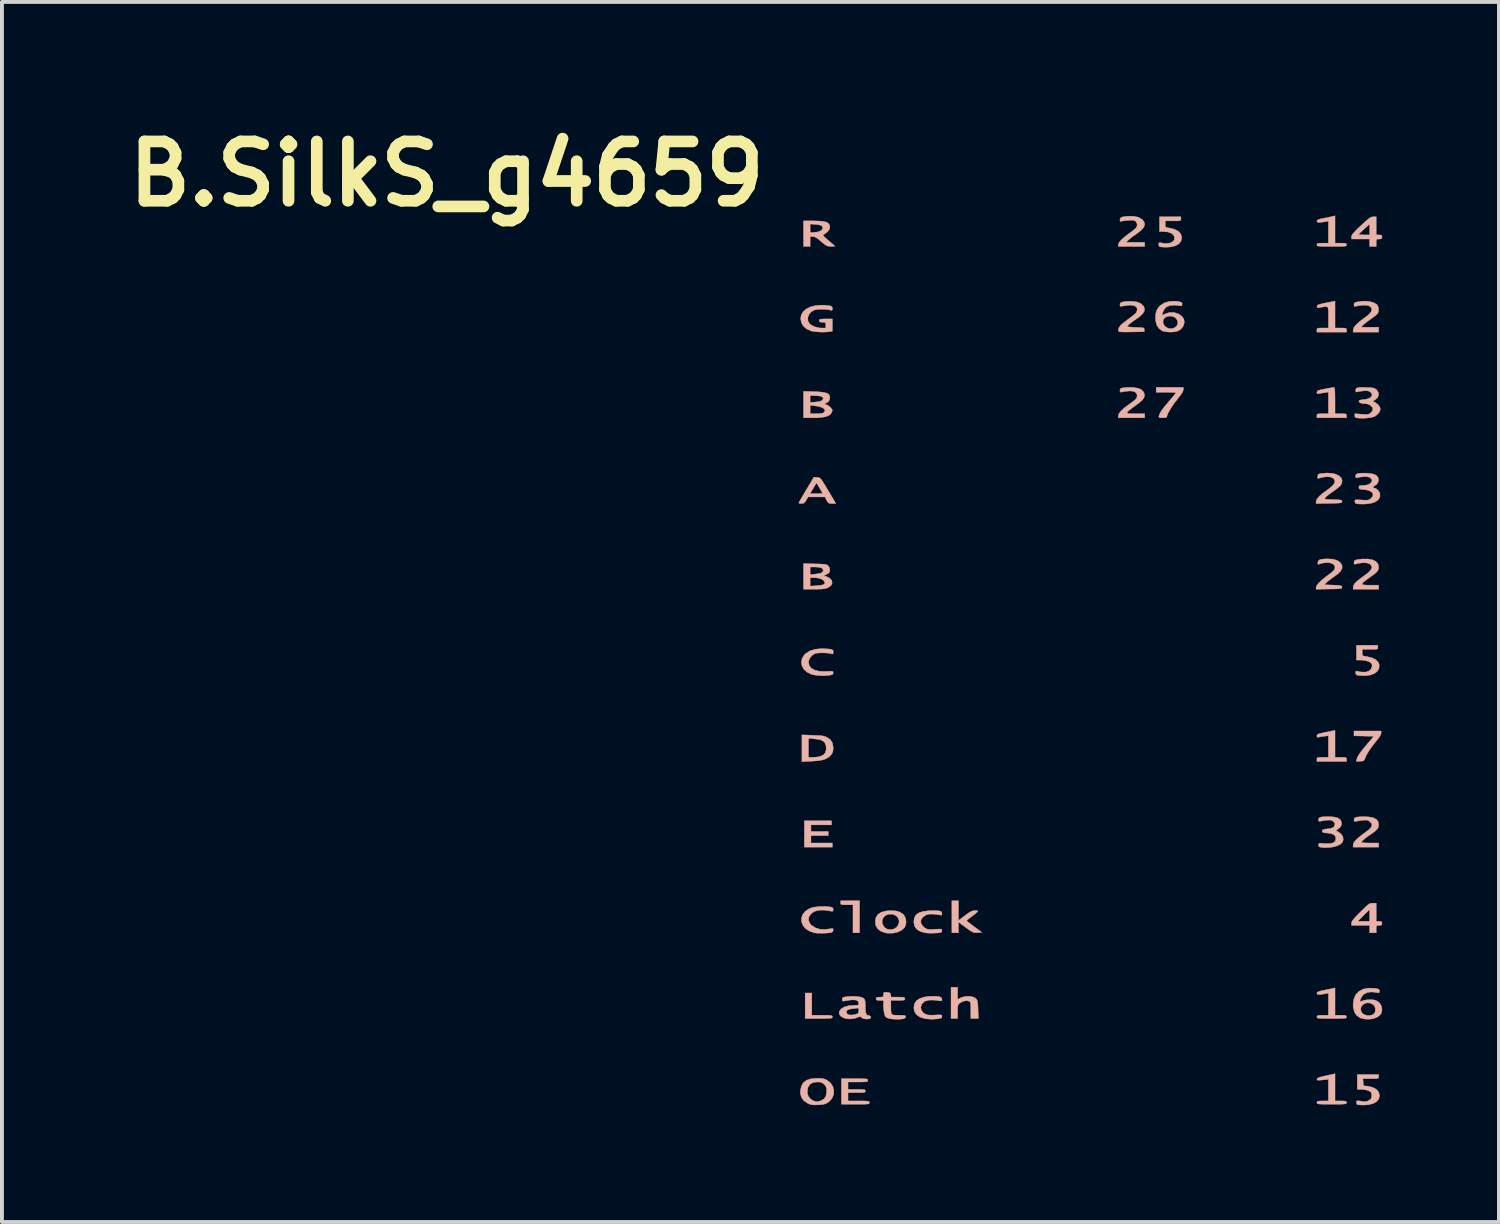
<source format=kicad_pcb>
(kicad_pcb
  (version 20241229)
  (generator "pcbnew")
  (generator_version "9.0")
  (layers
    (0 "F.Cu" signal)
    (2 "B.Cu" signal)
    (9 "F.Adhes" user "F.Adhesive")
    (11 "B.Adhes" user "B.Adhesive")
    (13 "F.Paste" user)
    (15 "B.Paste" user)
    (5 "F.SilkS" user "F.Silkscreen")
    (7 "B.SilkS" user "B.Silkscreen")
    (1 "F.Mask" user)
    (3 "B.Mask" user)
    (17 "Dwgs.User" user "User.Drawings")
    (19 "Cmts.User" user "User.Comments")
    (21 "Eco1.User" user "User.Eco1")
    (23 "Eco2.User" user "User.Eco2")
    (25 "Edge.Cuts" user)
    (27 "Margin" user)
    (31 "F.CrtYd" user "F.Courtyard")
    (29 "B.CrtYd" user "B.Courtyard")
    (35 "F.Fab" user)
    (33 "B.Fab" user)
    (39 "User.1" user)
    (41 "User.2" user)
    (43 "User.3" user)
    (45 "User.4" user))
  (footprint "B.SilkS_g4659"
    (layer "F.Cu")
    (at 8.426 1.418)
    (property "Reference" "B.SilkS_g4659" (at 0 0 0) (layer "F.SilkS") (effects (font (size 1.524 1.524) (thickness 0.3))))
    (attr through_hole)
    (fp_poly (pts (xy 10.604 19.494) (xy 10.435 19.494) (xy 10.435 18.775) (xy 10.276 18.775) (xy 10.196 18.774) (xy 10.148 18.77) (xy 10.126 18.76) (xy 10.118 18.741) (xy 10.118 18.722) (xy 10.118 18.669) (xy 10.604 18.669) (xy 10.604 19.494)) (stroke (width 0.01) (type solid)) (fill yes) (layer "B.SilkS"))
    (fp_poly (pts (xy 9.885 16.722) (xy 9.356 16.722) (xy 9.356 16.891) (xy 9.8 16.891) (xy 9.8 16.997) (xy 9.356 16.997) (xy 9.356 17.187) (xy 9.906 17.187) (xy 9.906 17.293) (xy 9.186 17.293) (xy 9.186 16.616) (xy 9.885 16.616) (xy 9.885 16.722)) (stroke (width 0.01) (type solid)) (fill yes) (layer "B.SilkS"))
    (fp_poly (pts (xy 9.377 21.611) (xy 9.641 21.611) (xy 9.751 21.612) (xy 9.826 21.613) (xy 9.871 21.618) (xy 9.895 21.626) (xy 9.905 21.639) (xy 9.906 21.654) (xy 9.904 21.669) (xy 9.894 21.68) (xy 9.871 21.688) (xy 9.827 21.692) (xy 9.758 21.695) (xy 9.657 21.696) (xy 9.557 21.696) (xy 9.207 21.696) (xy 9.207 21.04) (xy 9.377 21.04) (xy 9.377 21.611)) (stroke (width 0.01) (type solid)) (fill yes) (layer "B.SilkS"))
    (fp_poly (pts (xy 24.003 14.363) (xy 23.987 14.415) (xy 23.938 14.49) (xy 23.883 14.559) (xy 23.775 14.695) (xy 23.686 14.823) (xy 23.621 14.936) (xy 23.592 15.003) (xy 23.572 15.051) (xy 23.547 15.075) (xy 23.502 15.085) (xy 23.464 15.088) (xy 23.363 15.094) (xy 23.377 15.035) (xy 23.395 14.983) (xy 23.428 14.923) (xy 23.479 14.849) (xy 23.552 14.756) (xy 23.65 14.639) (xy 23.652 14.637) (xy 23.815 14.446) (xy 23.56 14.44) (xy 23.305 14.434) (xy 23.305 14.309) (xy 24.003 14.309) (xy 24.003 14.363)) (stroke (width 0.01) (type solid)) (fill yes) (layer "B.SilkS"))
    (fp_poly (pts (xy 22.818 14.986) (xy 22.966 14.986) (xy 23.043 14.987) (xy 23.088 14.991) (xy 23.108 15.003) (xy 23.114 15.025) (xy 23.114 15.039) (xy 23.114 15.092) (xy 22.352 15.092) (xy 22.352 15.039) (xy 22.354 15.011) (xy 22.367 14.995) (xy 22.399 14.988) (xy 22.461 14.986) (xy 22.5 14.986) (xy 22.648 14.986) (xy 22.648 14.431) (xy 22.529 14.446) (xy 22.458 14.456) (xy 22.402 14.466) (xy 22.38 14.472) (xy 22.357 14.465) (xy 22.352 14.439) (xy 22.354 14.418) (xy 22.363 14.402) (xy 22.388 14.388) (xy 22.433 14.374) (xy 22.506 14.357) (xy 22.614 14.335) (xy 22.622 14.333) (xy 22.818 14.293) (xy 22.818 14.986)) (stroke (width 0.01) (type solid)) (fill yes) (layer "B.SilkS"))
    (fp_poly (pts (xy 13.123 21.204) (xy 13.202 21.164) (xy 13.294 21.133) (xy 13.395 21.123) (xy 13.49 21.133) (xy 13.567 21.163) (xy 13.581 21.174) (xy 13.606 21.198) (xy 13.623 21.224) (xy 13.634 21.261) (xy 13.641 21.319) (xy 13.646 21.405) (xy 13.648 21.46) (xy 13.658 21.696) (xy 13.462 21.696) (xy 13.462 21.485) (xy 13.461 21.388) (xy 13.458 21.324) (xy 13.45 21.286) (xy 13.437 21.264) (xy 13.417 21.25) (xy 13.349 21.236) (xy 13.267 21.252) (xy 13.185 21.295) (xy 13.155 21.318) (xy 13.137 21.344) (xy 13.127 21.381) (xy 13.124 21.44) (xy 13.123 21.517) (xy 13.123 21.696) (xy 12.954 21.696) (xy 12.954 20.892) (xy 13.123 20.892) (xy 13.123 21.204)) (stroke (width 0.01) (type solid)) (fill yes) (layer "B.SilkS"))
    (fp_poly (pts (xy 13.145 19.179) (xy 13.313 19.051) (xy 13.395 18.99) (xy 13.455 18.952) (xy 13.502 18.932) (xy 13.547 18.924) (xy 13.57 18.923) (xy 13.624 18.924) (xy 13.644 18.932) (xy 13.635 18.95) (xy 13.624 18.961) (xy 13.589 18.994) (xy 13.532 19.039) (xy 13.473 19.083) (xy 13.415 19.127) (xy 13.373 19.162) (xy 13.357 19.181) (xy 13.372 19.198) (xy 13.416 19.235) (xy 13.48 19.285) (xy 13.552 19.339) (xy 13.748 19.484) (xy 13.636 19.49) (xy 13.585 19.492) (xy 13.545 19.487) (xy 13.504 19.472) (xy 13.454 19.443) (xy 13.384 19.394) (xy 13.334 19.358) (xy 13.145 19.218) (xy 13.145 19.494) (xy 12.975 19.494) (xy 12.975 18.669) (xy 13.145 18.669) (xy 13.145 19.179)) (stroke (width 0.01) (type solid)) (fill yes) (layer "B.SilkS"))
    (fp_poly (pts (xy 22.818 3.958) (xy 22.966 3.958) (xy 23.043 3.959) (xy 23.088 3.963) (xy 23.108 3.975) (xy 23.114 3.997) (xy 23.114 4.011) (xy 23.114 4.064) (xy 22.352 4.064) (xy 22.352 4.011) (xy 22.354 3.983) (xy 22.367 3.968) (xy 22.399 3.96) (xy 22.461 3.958) (xy 22.5 3.958) (xy 22.648 3.958) (xy 22.648 3.683) (xy 22.649 3.567) (xy 22.646 3.487) (xy 22.637 3.438) (xy 22.617 3.414) (xy 22.58 3.408) (xy 22.523 3.415) (xy 22.451 3.427) (xy 22.391 3.436) (xy 22.362 3.433) (xy 22.355 3.417) (xy 22.356 3.4) (xy 22.364 3.38) (xy 22.387 3.363) (xy 22.43 3.347) (xy 22.502 3.329) (xy 22.59 3.311) (xy 22.818 3.266) (xy 22.818 3.958)) (stroke (width 0.01) (type solid)) (fill yes) (layer "B.SilkS"))
    (fp_poly (pts (xy 18.922 5.54) (xy 18.909 5.588) (xy 18.867 5.657) (xy 18.796 5.751) (xy 18.776 5.776) (xy 18.695 5.879) (xy 18.623 5.983) (xy 18.564 6.079) (xy 18.521 6.16) (xy 18.501 6.219) (xy 18.5 6.231) (xy 18.49 6.252) (xy 18.457 6.263) (xy 18.392 6.265) (xy 18.328 6.264) (xy 18.298 6.257) (xy 18.291 6.238) (xy 18.298 6.207) (xy 18.315 6.159) (xy 18.346 6.103) (xy 18.395 6.033) (xy 18.466 5.943) (xy 18.562 5.83) (xy 18.573 5.817) (xy 18.636 5.743) (xy 18.687 5.681) (xy 18.721 5.638) (xy 18.733 5.621) (xy 18.713 5.616) (xy 18.659 5.613) (xy 18.579 5.61) (xy 18.481 5.609) (xy 18.224 5.609) (xy 18.224 5.482) (xy 18.923 5.482) (xy 18.922 5.54)) (stroke (width 0.01) (type solid)) (fill yes) (layer "B.SilkS"))
    (fp_poly (pts (xy 22.799 5.489) (xy 22.807 5.512) (xy 22.813 5.558) (xy 22.816 5.631) (xy 22.817 5.738) (xy 22.818 5.821) (xy 22.818 6.16) (xy 22.966 6.16) (xy 23.043 6.16) (xy 23.088 6.165) (xy 23.108 6.176) (xy 23.114 6.198) (xy 23.114 6.212) (xy 23.114 6.265) (xy 22.352 6.265) (xy 22.352 6.212) (xy 22.354 6.185) (xy 22.367 6.169) (xy 22.399 6.162) (xy 22.461 6.16) (xy 22.5 6.16) (xy 22.648 6.16) (xy 22.648 5.604) (xy 22.548 5.619) (xy 22.477 5.63) (xy 22.416 5.641) (xy 22.4 5.645) (xy 22.363 5.646) (xy 22.352 5.618) (xy 22.352 5.612) (xy 22.37 5.571) (xy 22.4 5.557) (xy 22.479 5.539) (xy 22.568 5.521) (xy 22.655 5.504) (xy 22.728 5.491) (xy 22.777 5.483) (xy 22.787 5.482) (xy 22.799 5.489)) (stroke (width 0.01) (type solid)) (fill yes) (layer "B.SilkS"))
    (fp_poly (pts (xy 9.403 14.419) (xy 9.526 14.424) (xy 9.615 14.431) (xy 9.68 14.441) (xy 9.731 14.456) (xy 9.773 14.475) (xy 9.856 14.535) (xy 9.906 14.615) (xy 9.926 14.721) (xy 9.927 14.75) (xy 9.921 14.828) (xy 9.897 14.887) (xy 9.87 14.924) (xy 9.811 14.982) (xy 9.739 15.024) (xy 9.649 15.054) (xy 9.531 15.074) (xy 9.379 15.085) (xy 9.377 15.086) (xy 9.123 15.098) (xy 9.123 14.986) (xy 9.292 14.986) (xy 9.401 14.986) (xy 9.484 14.981) (xy 9.565 14.968) (xy 9.591 14.962) (xy 9.676 14.924) (xy 9.725 14.869) (xy 9.746 14.789) (xy 9.747 14.753) (xy 9.738 14.668) (xy 9.708 14.609) (xy 9.705 14.605) (xy 9.667 14.569) (xy 9.622 14.545) (xy 9.56 14.528) (xy 9.47 14.515) (xy 9.435 14.511) (xy 9.292 14.496) (xy 9.292 14.986) (xy 9.123 14.986) (xy 9.123 14.409) (xy 9.403 14.419)) (stroke (width 0.01) (type solid)) (fill yes) (layer "B.SilkS"))
    (fp_poly (pts (xy 11.541 18.932) (xy 11.642 18.962) (xy 11.72 19.014) (xy 11.757 19.057) (xy 11.792 19.138) (xy 11.8 19.232) (xy 11.778 19.323) (xy 11.757 19.361) (xy 11.683 19.428) (xy 11.581 19.476) (xy 11.46 19.502) (xy 11.331 19.504) (xy 11.267 19.494) (xy 11.151 19.454) (xy 11.068 19.389) (xy 11.02 19.301) (xy 11.007 19.209) (xy 11.012 19.178) (xy 11.184 19.178) (xy 11.188 19.257) (xy 11.229 19.335) (xy 11.25 19.359) (xy 11.321 19.402) (xy 11.405 19.413) (xy 11.491 19.394) (xy 11.559 19.348) (xy 11.608 19.273) (xy 11.621 19.195) (xy 11.6 19.12) (xy 11.549 19.059) (xy 11.47 19.021) (xy 11.439 19.015) (xy 11.342 19.018) (xy 11.265 19.052) (xy 11.211 19.108) (xy 11.184 19.178) (xy 11.012 19.178) (xy 11.024 19.103) (xy 11.076 19.022) (xy 11.162 18.965) (xy 11.283 18.932) (xy 11.409 18.923) (xy 11.541 18.932)) (stroke (width 0.01) (type solid)) (fill yes) (layer "B.SilkS"))
    (fp_poly (pts (xy 12.62 21.129) (xy 12.681 21.143) (xy 12.713 21.168) (xy 12.721 21.2) (xy 12.718 21.232) (xy 12.702 21.244) (xy 12.66 21.241) (xy 12.631 21.236) (xy 12.503 21.221) (xy 12.39 21.224) (xy 12.3 21.245) (xy 12.26 21.266) (xy 12.199 21.332) (xy 12.177 21.407) (xy 12.19 21.482) (xy 12.24 21.547) (xy 12.293 21.581) (xy 12.345 21.6) (xy 12.406 21.608) (xy 12.49 21.609) (xy 12.545 21.606) (xy 12.631 21.601) (xy 12.683 21.601) (xy 12.71 21.607) (xy 12.72 21.621) (xy 12.721 21.642) (xy 12.715 21.673) (xy 12.689 21.69) (xy 12.634 21.702) (xy 12.623 21.704) (xy 12.456 21.714) (xy 12.299 21.701) (xy 12.277 21.697) (xy 12.153 21.657) (xy 12.065 21.596) (xy 12.013 21.512) (xy 11.998 21.42) (xy 12.014 21.318) (xy 12.067 21.237) (xy 12.156 21.178) (xy 12.28 21.141) (xy 12.395 21.128) (xy 12.526 21.124) (xy 12.62 21.129)) (stroke (width 0.01) (type solid)) (fill yes) (layer "B.SilkS"))
    (fp_poly (pts (xy 23.876 1.566) (xy 23.95 1.566) (xy 24 1.57) (xy 24.021 1.588) (xy 24.024 1.619) (xy 24.019 1.655) (xy 23.994 1.67) (xy 23.95 1.672) (xy 23.905 1.674) (xy 23.883 1.688) (xy 23.876 1.725) (xy 23.876 1.767) (xy 23.876 1.863) (xy 23.707 1.863) (xy 23.707 1.672) (xy 23.241 1.672) (xy 23.241 1.613) (xy 23.247 1.585) (xy 23.266 1.55) (xy 23.267 1.549) (xy 23.422 1.549) (xy 23.431 1.557) (xy 23.474 1.563) (xy 23.541 1.566) (xy 23.554 1.566) (xy 23.707 1.566) (xy 23.707 1.285) (xy 23.574 1.408) (xy 23.512 1.467) (xy 23.46 1.515) (xy 23.427 1.544) (xy 23.422 1.549) (xy 23.267 1.549) (xy 23.304 1.504) (xy 23.364 1.441) (xy 23.451 1.357) (xy 23.483 1.328) (xy 23.577 1.24) (xy 23.646 1.179) (xy 23.698 1.138) (xy 23.737 1.114) (xy 23.77 1.103) (xy 23.8 1.101) (xy 23.876 1.101) (xy 23.876 1.566)) (stroke (width 0.01) (type solid)) (fill yes) (layer "B.SilkS"))
    (fp_poly (pts (xy 9.786 18.821) (xy 9.861 18.83) (xy 9.909 18.847) (xy 9.926 18.879) (xy 9.927 18.897) (xy 9.923 18.932) (xy 9.902 18.942) (xy 9.858 18.935) (xy 9.693 18.911) (xy 9.557 18.913) (xy 9.449 18.942) (xy 9.364 19) (xy 9.352 19.012) (xy 9.301 19.09) (xy 9.292 19.17) (xy 9.326 19.25) (xy 9.362 19.293) (xy 9.459 19.361) (xy 9.581 19.4) (xy 9.72 19.409) (xy 9.848 19.39) (xy 9.899 19.381) (xy 9.922 19.387) (xy 9.927 19.413) (xy 9.927 19.42) (xy 9.915 19.463) (xy 9.895 19.481) (xy 9.845 19.492) (xy 9.766 19.5) (xy 9.672 19.504) (xy 9.577 19.505) (xy 9.495 19.501) (xy 9.447 19.495) (xy 9.319 19.452) (xy 9.221 19.388) (xy 9.153 19.308) (xy 9.116 19.219) (xy 9.11 19.126) (xy 9.137 19.035) (xy 9.197 18.953) (xy 9.291 18.885) (xy 9.368 18.852) (xy 9.45 18.833) (xy 9.558 18.821) (xy 9.675 18.817) (xy 9.786 18.821)) (stroke (width 0.01) (type solid)) (fill yes) (layer "B.SilkS"))
    (fp_poly (pts (xy 18.86 1.154) (xy 18.858 1.178) (xy 18.849 1.194) (xy 18.823 1.202) (xy 18.774 1.206) (xy 18.692 1.206) (xy 18.658 1.206) (xy 18.457 1.206) (xy 18.457 1.29) (xy 18.459 1.34) (xy 18.472 1.367) (xy 18.507 1.38) (xy 18.558 1.388) (xy 18.69 1.42) (xy 18.79 1.471) (xy 18.854 1.539) (xy 18.88 1.623) (xy 18.881 1.639) (xy 18.861 1.726) (xy 18.806 1.796) (xy 18.718 1.846) (xy 18.6 1.875) (xy 18.489 1.882) (xy 18.411 1.88) (xy 18.349 1.875) (xy 18.315 1.87) (xy 18.314 1.87) (xy 18.294 1.843) (xy 18.288 1.807) (xy 18.295 1.769) (xy 18.321 1.764) (xy 18.325 1.765) (xy 18.439 1.787) (xy 18.541 1.784) (xy 18.622 1.759) (xy 18.676 1.712) (xy 18.688 1.689) (xy 18.694 1.621) (xy 18.664 1.562) (xy 18.601 1.517) (xy 18.511 1.489) (xy 18.42 1.482) (xy 18.309 1.482) (xy 18.309 1.101) (xy 18.86 1.101) (xy 18.86 1.154)) (stroke (width 0.01) (type solid)) (fill yes) (layer "B.SilkS"))
    (fp_poly (pts (xy 22.818 23.812) (xy 22.966 23.812) (xy 23.044 23.814) (xy 23.088 23.819) (xy 23.109 23.831) (xy 23.114 23.851) (xy 23.114 23.855) (xy 23.112 23.87) (xy 23.103 23.881) (xy 23.081 23.888) (xy 23.039 23.893) (xy 22.973 23.896) (xy 22.877 23.897) (xy 22.744 23.897) (xy 22.733 23.897) (xy 22.598 23.897) (xy 22.499 23.896) (xy 22.431 23.893) (xy 22.388 23.889) (xy 22.364 23.882) (xy 22.354 23.871) (xy 22.352 23.856) (xy 22.352 23.855) (xy 22.356 23.833) (xy 22.374 23.82) (xy 22.415 23.814) (xy 22.488 23.813) (xy 22.5 23.812) (xy 22.648 23.812) (xy 22.648 23.258) (xy 22.498 23.273) (xy 22.42 23.28) (xy 22.376 23.28) (xy 22.357 23.272) (xy 22.354 23.255) (xy 22.355 23.25) (xy 22.37 23.229) (xy 22.408 23.209) (xy 22.478 23.189) (xy 22.543 23.174) (xy 22.631 23.155) (xy 22.708 23.139) (xy 22.76 23.127) (xy 22.77 23.125) (xy 22.818 23.113) (xy 22.818 23.812)) (stroke (width 0.01) (type solid)) (fill yes) (layer "B.SilkS"))
    (fp_poly (pts (xy 23.725 3.282) (xy 23.817 3.309) (xy 23.885 3.347) (xy 23.907 3.371) (xy 23.935 3.442) (xy 23.935 3.525) (xy 23.918 3.578) (xy 23.891 3.608) (xy 23.838 3.653) (xy 23.769 3.705) (xy 23.743 3.723) (xy 23.666 3.777) (xy 23.597 3.831) (xy 23.547 3.873) (xy 23.539 3.882) (xy 23.488 3.937) (xy 23.939 3.937) (xy 23.939 4.064) (xy 23.283 4.064) (xy 23.283 4.005) (xy 23.303 3.946) (xy 23.36 3.874) (xy 23.453 3.789) (xy 23.58 3.694) (xy 23.593 3.685) (xy 23.688 3.609) (xy 23.745 3.54) (xy 23.764 3.478) (xy 23.745 3.427) (xy 23.685 3.387) (xy 23.684 3.386) (xy 23.619 3.373) (xy 23.529 3.371) (xy 23.43 3.382) (xy 23.352 3.399) (xy 23.317 3.403) (xy 23.305 3.378) (xy 23.305 3.36) (xy 23.308 3.33) (xy 23.323 3.31) (xy 23.358 3.295) (xy 23.419 3.283) (xy 23.515 3.27) (xy 23.519 3.27) (xy 23.622 3.267) (xy 23.725 3.282)) (stroke (width 0.01) (type solid)) (fill yes) (layer "B.SilkS"))
    (fp_poly (pts (xy 23.784 9.913) (xy 23.87 9.956) (xy 23.922 10.019) (xy 23.939 10.095) (xy 23.936 10.14) (xy 23.925 10.177) (xy 23.9 10.214) (xy 23.855 10.255) (xy 23.785 10.309) (xy 23.704 10.367) (xy 23.605 10.439) (xy 23.541 10.491) (xy 23.513 10.526) (xy 23.521 10.547) (xy 23.565 10.558) (xy 23.646 10.562) (xy 23.718 10.562) (xy 23.939 10.562) (xy 23.939 10.668) (xy 23.283 10.668) (xy 23.283 10.616) (xy 23.294 10.568) (xy 23.329 10.516) (xy 23.391 10.455) (xy 23.486 10.381) (xy 23.535 10.345) (xy 23.64 10.267) (xy 23.711 10.203) (xy 23.751 10.151) (xy 23.763 10.105) (xy 23.754 10.067) (xy 23.71 10.019) (xy 23.634 9.992) (xy 23.534 9.987) (xy 23.415 10.004) (xy 23.342 10.024) (xy 23.313 10.023) (xy 23.305 9.99) (xy 23.305 9.984) (xy 23.31 9.949) (xy 23.331 9.925) (xy 23.376 9.909) (xy 23.45 9.898) (xy 23.529 9.891) (xy 23.67 9.891) (xy 23.784 9.913)) (stroke (width 0.01) (type solid)) (fill yes) (layer "B.SilkS"))
    (fp_poly (pts (xy 23.876 19.198) (xy 23.95 19.198) (xy 24 19.202) (xy 24.021 19.22) (xy 24.024 19.251) (xy 24.019 19.287) (xy 23.994 19.302) (xy 23.95 19.304) (xy 23.905 19.306) (xy 23.883 19.32) (xy 23.876 19.357) (xy 23.876 19.399) (xy 23.876 19.494) (xy 23.707 19.494) (xy 23.707 19.304) (xy 23.241 19.304) (xy 23.241 19.245) (xy 23.247 19.215) (xy 23.257 19.198) (xy 23.401 19.198) (xy 23.707 19.198) (xy 23.707 19.05) (xy 23.706 18.977) (xy 23.704 18.924) (xy 23.701 18.902) (xy 23.701 18.902) (xy 23.684 18.916) (xy 23.645 18.954) (xy 23.589 19.009) (xy 23.548 19.05) (xy 23.401 19.198) (xy 23.257 19.198) (xy 23.269 19.177) (xy 23.31 19.126) (xy 23.374 19.056) (xy 23.466 18.963) (xy 23.469 18.96) (xy 23.557 18.873) (xy 23.621 18.811) (xy 23.669 18.771) (xy 23.705 18.747) (xy 23.737 18.736) (xy 23.771 18.733) (xy 23.786 18.733) (xy 23.876 18.733) (xy 23.876 19.198)) (stroke (width 0.01) (type solid)) (fill yes) (layer "B.SilkS"))
    (fp_poly (pts (xy 17.654 1.087) (xy 17.775 1.115) (xy 17.866 1.172) (xy 17.872 1.178) (xy 17.919 1.242) (xy 17.929 1.307) (xy 17.902 1.375) (xy 17.836 1.449) (xy 17.73 1.531) (xy 17.701 1.551) (xy 17.625 1.604) (xy 17.557 1.656) (xy 17.511 1.697) (xy 17.506 1.701) (xy 17.455 1.757) (xy 17.928 1.757) (xy 17.928 1.863) (xy 17.251 1.863) (xy 17.251 1.814) (xy 17.269 1.764) (xy 17.323 1.699) (xy 17.413 1.617) (xy 17.542 1.519) (xy 17.561 1.505) (xy 17.631 1.453) (xy 17.687 1.405) (xy 17.72 1.371) (xy 17.725 1.363) (xy 17.736 1.29) (xy 17.708 1.229) (xy 17.696 1.217) (xy 17.665 1.197) (xy 17.623 1.188) (xy 17.558 1.188) (xy 17.511 1.191) (xy 17.432 1.199) (xy 17.366 1.208) (xy 17.33 1.217) (xy 17.303 1.22) (xy 17.293 1.191) (xy 17.293 1.179) (xy 17.299 1.144) (xy 17.321 1.12) (xy 17.366 1.103) (xy 17.442 1.092) (xy 17.505 1.086) (xy 17.654 1.087)) (stroke (width 0.01) (type solid)) (fill yes) (layer "B.SilkS"))
    (fp_poly (pts (xy 22.818 1.778) (xy 22.966 1.778) (xy 23.044 1.779) (xy 23.088 1.784) (xy 23.109 1.796) (xy 23.114 1.817) (xy 23.114 1.82) (xy 23.112 1.835) (xy 23.103 1.846) (xy 23.081 1.854) (xy 23.039 1.859) (xy 22.973 1.861) (xy 22.877 1.862) (xy 22.744 1.863) (xy 22.733 1.863) (xy 22.598 1.862) (xy 22.499 1.861) (xy 22.431 1.859) (xy 22.388 1.854) (xy 22.364 1.847) (xy 22.354 1.836) (xy 22.352 1.822) (xy 22.352 1.82) (xy 22.356 1.798) (xy 22.374 1.785) (xy 22.415 1.78) (xy 22.488 1.778) (xy 22.5 1.778) (xy 22.648 1.778) (xy 22.648 1.213) (xy 22.548 1.23) (xy 22.455 1.243) (xy 22.396 1.247) (xy 22.364 1.239) (xy 22.353 1.22) (xy 22.352 1.211) (xy 22.359 1.19) (xy 22.386 1.174) (xy 22.44 1.157) (xy 22.527 1.138) (xy 22.537 1.136) (xy 22.627 1.119) (xy 22.705 1.102) (xy 22.759 1.09) (xy 22.77 1.087) (xy 22.818 1.075) (xy 22.818 1.778)) (stroke (width 0.01) (type solid)) (fill yes) (layer "B.SilkS"))
    (fp_poly (pts (xy 22.818 21.611) (xy 22.966 21.611) (xy 23.044 21.612) (xy 23.088 21.617) (xy 23.109 21.629) (xy 23.114 21.65) (xy 23.114 21.654) (xy 23.112 21.669) (xy 23.103 21.68) (xy 23.081 21.687) (xy 23.039 21.692) (xy 22.973 21.694) (xy 22.877 21.696) (xy 22.744 21.696) (xy 22.733 21.696) (xy 22.598 21.696) (xy 22.499 21.695) (xy 22.431 21.692) (xy 22.388 21.688) (xy 22.364 21.68) (xy 22.354 21.669) (xy 22.352 21.655) (xy 22.352 21.654) (xy 22.356 21.631) (xy 22.374 21.619) (xy 22.415 21.613) (xy 22.488 21.611) (xy 22.5 21.611) (xy 22.648 21.611) (xy 22.648 21.046) (xy 22.548 21.063) (xy 22.455 21.077) (xy 22.396 21.08) (xy 22.364 21.072) (xy 22.353 21.053) (xy 22.352 21.044) (xy 22.36 21.024) (xy 22.387 21.007) (xy 22.442 20.989) (xy 22.531 20.969) (xy 22.537 20.968) (xy 22.627 20.95) (xy 22.705 20.934) (xy 22.759 20.922) (xy 22.77 20.919) (xy 22.818 20.908) (xy 22.818 21.611)) (stroke (width 0.01) (type solid)) (fill yes) (layer "B.SilkS"))
    (fp_poly (pts (xy 23.918 12.16) (xy 23.917 12.185) (xy 23.907 12.2) (xy 23.882 12.209) (xy 23.833 12.212) (xy 23.751 12.213) (xy 23.717 12.213) (xy 23.516 12.213) (xy 23.516 12.297) (xy 23.518 12.347) (xy 23.531 12.373) (xy 23.566 12.386) (xy 23.617 12.394) (xy 23.759 12.426) (xy 23.862 12.475) (xy 23.927 12.541) (xy 23.952 12.605) (xy 23.949 12.694) (xy 23.91 12.77) (xy 23.838 12.829) (xy 23.738 12.87) (xy 23.612 12.888) (xy 23.568 12.888) (xy 23.488 12.885) (xy 23.422 12.881) (xy 23.384 12.876) (xy 23.353 12.848) (xy 23.347 12.813) (xy 23.355 12.774) (xy 23.376 12.77) (xy 23.414 12.78) (xy 23.474 12.791) (xy 23.499 12.795) (xy 23.603 12.797) (xy 23.686 12.771) (xy 23.743 12.722) (xy 23.769 12.653) (xy 23.767 12.601) (xy 23.739 12.559) (xy 23.678 12.523) (xy 23.595 12.499) (xy 23.498 12.488) (xy 23.49 12.488) (xy 23.368 12.488) (xy 23.368 12.107) (xy 23.918 12.107) (xy 23.918 12.16)) (stroke (width 0.01) (type solid)) (fill yes) (layer "B.SilkS"))
    (fp_poly (pts (xy 10.604 23.241) (xy 10.695 23.242) (xy 10.755 23.246) (xy 10.791 23.251) (xy 10.809 23.26) (xy 10.816 23.273) (xy 10.816 23.283) (xy 10.814 23.301) (xy 10.802 23.313) (xy 10.773 23.32) (xy 10.72 23.324) (xy 10.637 23.326) (xy 10.562 23.326) (xy 10.308 23.326) (xy 10.308 23.516) (xy 10.53 23.516) (xy 10.63 23.517) (xy 10.694 23.519) (xy 10.731 23.525) (xy 10.748 23.536) (xy 10.753 23.553) (xy 10.753 23.558) (xy 10.75 23.577) (xy 10.737 23.59) (xy 10.705 23.597) (xy 10.648 23.6) (xy 10.558 23.601) (xy 10.53 23.601) (xy 10.308 23.601) (xy 10.308 23.812) (xy 10.583 23.812) (xy 10.696 23.813) (xy 10.772 23.815) (xy 10.82 23.819) (xy 10.846 23.827) (xy 10.857 23.839) (xy 10.858 23.855) (xy 10.857 23.87) (xy 10.847 23.881) (xy 10.824 23.889) (xy 10.781 23.894) (xy 10.713 23.896) (xy 10.613 23.897) (xy 10.499 23.897) (xy 10.139 23.897) (xy 10.139 23.241) (xy 10.477 23.241) (xy 10.604 23.241)) (stroke (width 0.01) (type solid)) (fill yes) (layer "B.SilkS"))
    (fp_poly (pts (xy 9.812 12.203) (xy 9.829 12.205) (xy 9.889 12.216) (xy 9.918 12.231) (xy 9.927 12.26) (xy 9.927 12.282) (xy 9.923 12.325) (xy 9.905 12.334) (xy 9.89 12.329) (xy 9.833 12.315) (xy 9.751 12.306) (xy 9.657 12.302) (xy 9.566 12.304) (xy 9.493 12.311) (xy 9.461 12.319) (xy 9.384 12.368) (xy 9.325 12.438) (xy 9.294 12.515) (xy 9.292 12.54) (xy 9.311 12.628) (xy 9.366 12.698) (xy 9.454 12.747) (xy 9.574 12.775) (xy 9.721 12.781) (xy 9.747 12.779) (xy 9.834 12.774) (xy 9.888 12.774) (xy 9.915 12.78) (xy 9.926 12.794) (xy 9.927 12.816) (xy 9.921 12.846) (xy 9.895 12.864) (xy 9.84 12.876) (xy 9.829 12.877) (xy 9.681 12.889) (xy 9.537 12.884) (xy 9.411 12.865) (xy 9.368 12.853) (xy 9.256 12.799) (xy 9.174 12.725) (xy 9.125 12.637) (xy 9.109 12.541) (xy 9.128 12.445) (xy 9.185 12.354) (xy 9.219 12.321) (xy 9.327 12.253) (xy 9.465 12.21) (xy 9.628 12.193) (xy 9.812 12.203)) (stroke (width 0.01) (type solid)) (fill yes) (layer "B.SilkS"))
    (fp_poly (pts (xy 17.631 5.486) (xy 17.754 5.503) (xy 17.843 5.541) (xy 17.899 5.601) (xy 17.916 5.636) (xy 17.925 5.694) (xy 17.909 5.752) (xy 17.863 5.813) (xy 17.785 5.882) (xy 17.693 5.948) (xy 17.614 6.005) (xy 17.546 6.058) (xy 17.499 6.099) (xy 17.483 6.118) (xy 17.476 6.136) (xy 17.48 6.148) (xy 17.504 6.155) (xy 17.553 6.158) (xy 17.634 6.159) (xy 17.695 6.16) (xy 17.928 6.16) (xy 17.928 6.265) (xy 17.251 6.265) (xy 17.251 6.209) (xy 17.27 6.153) (xy 17.326 6.082) (xy 17.418 6) (xy 17.542 5.909) (xy 17.542 5.909) (xy 17.633 5.843) (xy 17.693 5.791) (xy 17.725 5.746) (xy 17.735 5.702) (xy 17.734 5.68) (xy 17.708 5.621) (xy 17.648 5.585) (xy 17.554 5.574) (xy 17.426 5.586) (xy 17.351 5.601) (xy 17.31 5.606) (xy 17.295 5.587) (xy 17.293 5.56) (xy 17.298 5.526) (xy 17.321 5.506) (xy 17.372 5.494) (xy 17.388 5.492) (xy 17.461 5.485) (xy 17.554 5.483) (xy 17.631 5.486)) (stroke (width 0.01) (type solid)) (fill yes) (layer "B.SilkS"))
    (fp_poly (pts (xy 23.939 23.188) (xy 23.938 23.213) (xy 23.929 23.228) (xy 23.903 23.236) (xy 23.854 23.24) (xy 23.773 23.241) (xy 23.737 23.241) (xy 23.535 23.241) (xy 23.541 23.331) (xy 23.548 23.421) (xy 23.655 23.434) (xy 23.78 23.462) (xy 23.875 23.512) (xy 23.936 23.579) (xy 23.96 23.663) (xy 23.961 23.675) (xy 23.942 23.762) (xy 23.886 23.831) (xy 23.796 23.881) (xy 23.674 23.91) (xy 23.557 23.918) (xy 23.478 23.916) (xy 23.417 23.912) (xy 23.384 23.905) (xy 23.382 23.904) (xy 23.371 23.874) (xy 23.368 23.845) (xy 23.371 23.82) (xy 23.385 23.809) (xy 23.421 23.809) (xy 23.488 23.819) (xy 23.492 23.82) (xy 23.568 23.83) (xy 23.619 23.828) (xy 23.663 23.813) (xy 23.688 23.799) (xy 23.736 23.765) (xy 23.756 23.725) (xy 23.76 23.674) (xy 23.755 23.616) (xy 23.733 23.582) (xy 23.686 23.553) (xy 23.614 23.53) (xy 23.527 23.517) (xy 23.5 23.516) (xy 23.389 23.516) (xy 23.389 23.135) (xy 23.939 23.135) (xy 23.939 23.188)) (stroke (width 0.01) (type solid)) (fill yes) (layer "B.SilkS"))
    (fp_poly (pts (xy 12.618 18.926) (xy 12.675 18.935) (xy 12.707 18.954) (xy 12.72 18.982) (xy 12.721 19) (xy 12.715 19.038) (xy 12.693 19.043) (xy 12.684 19.04) (xy 12.644 19.031) (xy 12.578 19.022) (xy 12.509 19.015) (xy 12.419 19.012) (xy 12.353 19.021) (xy 12.298 19.043) (xy 12.22 19.102) (xy 12.18 19.17) (xy 12.18 19.243) (xy 12.221 19.315) (xy 12.277 19.364) (xy 12.316 19.388) (xy 12.354 19.402) (xy 12.403 19.408) (xy 12.475 19.406) (xy 12.536 19.403) (xy 12.625 19.398) (xy 12.68 19.398) (xy 12.709 19.404) (xy 12.72 19.417) (xy 12.721 19.431) (xy 12.714 19.469) (xy 12.705 19.48) (xy 12.669 19.49) (xy 12.602 19.497) (xy 12.519 19.502) (xy 12.431 19.503) (xy 12.352 19.501) (xy 12.296 19.495) (xy 12.168 19.46) (xy 12.077 19.406) (xy 12.021 19.331) (xy 11.999 19.234) (xy 11.998 19.212) (xy 12.01 19.114) (xy 12.05 19.038) (xy 12.119 18.984) (xy 12.221 18.948) (xy 12.359 18.929) (xy 12.408 18.926) (xy 12.531 18.923) (xy 12.618 18.926)) (stroke (width 0.01) (type solid)) (fill yes) (layer "B.SilkS"))
    (fp_poly (pts (xy 23.684 16.517) (xy 23.776 16.533) (xy 23.813 16.544) (xy 23.887 16.585) (xy 23.926 16.638) (xy 23.939 16.715) (xy 23.939 16.727) (xy 23.931 16.778) (xy 23.904 16.827) (xy 23.851 16.879) (xy 23.768 16.942) (xy 23.717 16.976) (xy 23.635 17.033) (xy 23.566 17.089) (xy 23.517 17.136) (xy 23.495 17.167) (xy 23.495 17.17) (xy 23.515 17.177) (xy 23.568 17.183) (xy 23.646 17.186) (xy 23.717 17.187) (xy 23.939 17.187) (xy 23.939 17.293) (xy 23.283 17.293) (xy 23.283 17.232) (xy 23.296 17.185) (xy 23.335 17.129) (xy 23.405 17.062) (xy 23.507 16.98) (xy 23.606 16.907) (xy 23.697 16.837) (xy 23.75 16.777) (xy 23.767 16.725) (xy 23.75 16.677) (xy 23.716 16.641) (xy 23.673 16.61) (xy 23.629 16.598) (xy 23.565 16.6) (xy 23.549 16.601) (xy 23.47 16.612) (xy 23.397 16.623) (xy 23.373 16.628) (xy 23.326 16.634) (xy 23.308 16.623) (xy 23.305 16.589) (xy 23.314 16.549) (xy 23.348 16.529) (xy 23.371 16.523) (xy 23.466 16.512) (xy 23.575 16.51) (xy 23.684 16.517)) (stroke (width 0.01) (type solid)) (fill yes) (layer "B.SilkS"))
    (fp_poly (pts (xy 9.513 7.794) (xy 9.546 7.797) (xy 9.572 7.806) (xy 9.598 7.824) (xy 9.627 7.858) (xy 9.665 7.914) (xy 9.716 7.997) (xy 9.763 8.075) (xy 9.824 8.176) (xy 9.879 8.269) (xy 9.924 8.345) (xy 9.954 8.396) (xy 9.961 8.408) (xy 9.992 8.467) (xy 9.896 8.467) (xy 9.836 8.464) (xy 9.8 8.448) (xy 9.771 8.408) (xy 9.758 8.382) (xy 9.715 8.297) (xy 9.282 8.298) (xy 9.233 8.382) (xy 9.198 8.436) (xy 9.164 8.46) (xy 9.116 8.467) (xy 9.11 8.467) (xy 9.063 8.462) (xy 9.042 8.452) (xy 9.042 8.449) (xy 9.054 8.426) (xy 9.085 8.372) (xy 9.13 8.295) (xy 9.179 8.213) (xy 9.331 8.213) (xy 9.492 8.213) (xy 9.568 8.212) (xy 9.625 8.209) (xy 9.651 8.205) (xy 9.652 8.204) (xy 9.642 8.182) (xy 9.616 8.135) (xy 9.578 8.071) (xy 9.575 8.065) (xy 9.498 7.936) (xy 9.456 8.006) (xy 9.415 8.075) (xy 9.373 8.143) (xy 9.373 8.144) (xy 9.331 8.213) (xy 9.179 8.213) (xy 9.186 8.2) (xy 9.239 8.11) (xy 9.43 7.789) (xy 9.513 7.794)) (stroke (width 0.01) (type solid)) (fill yes) (layer "B.SilkS"))
    (fp_poly (pts (xy 9.565 1.21) (xy 9.676 1.22) (xy 9.755 1.24) (xy 9.806 1.272) (xy 9.833 1.317) (xy 9.842 1.377) (xy 9.842 1.383) (xy 9.823 1.437) (xy 9.769 1.496) (xy 9.686 1.555) (xy 9.684 1.556) (xy 9.671 1.569) (xy 9.676 1.589) (xy 9.702 1.619) (xy 9.755 1.667) (xy 9.808 1.713) (xy 9.876 1.77) (xy 9.93 1.817) (xy 9.963 1.847) (xy 9.97 1.855) (xy 9.95 1.859) (xy 9.902 1.862) (xy 9.867 1.863) (xy 9.816 1.86) (xy 9.774 1.85) (xy 9.73 1.826) (xy 9.675 1.783) (xy 9.619 1.736) (xy 9.54 1.67) (xy 9.481 1.631) (xy 9.434 1.612) (xy 9.403 1.609) (xy 9.335 1.609) (xy 9.335 1.863) (xy 9.165 1.863) (xy 9.165 1.503) (xy 9.335 1.503) (xy 9.416 1.503) (xy 9.491 1.496) (xy 9.561 1.481) (xy 9.565 1.479) (xy 9.629 1.445) (xy 9.658 1.4) (xy 9.649 1.352) (xy 9.645 1.345) (xy 9.61 1.321) (xy 9.545 1.304) (xy 9.476 1.297) (xy 9.335 1.285) (xy 9.335 1.503) (xy 9.165 1.503) (xy 9.165 1.206) (xy 9.416 1.206) (xy 9.565 1.21)) (stroke (width 0.01) (type solid)) (fill yes) (layer "B.SilkS"))
    (fp_poly (pts (xy 22.731 7.689) (xy 22.84 7.714) (xy 22.924 7.756) (xy 22.98 7.812) (xy 23.001 7.882) (xy 22.986 7.961) (xy 22.949 8.012) (xy 22.874 8.078) (xy 22.772 8.153) (xy 22.692 8.21) (xy 22.625 8.262) (xy 22.579 8.302) (xy 22.563 8.321) (xy 22.556 8.338) (xy 22.563 8.349) (xy 22.591 8.357) (xy 22.645 8.361) (xy 22.732 8.364) (xy 22.77 8.365) (xy 22.87 8.369) (xy 22.936 8.373) (xy 22.974 8.38) (xy 22.992 8.391) (xy 22.997 8.408) (xy 22.998 8.414) (xy 22.995 8.43) (xy 22.985 8.441) (xy 22.96 8.449) (xy 22.914 8.455) (xy 22.842 8.458) (xy 22.736 8.461) (xy 22.664 8.462) (xy 22.331 8.468) (xy 22.331 8.415) (xy 22.349 8.36) (xy 22.402 8.292) (xy 22.484 8.217) (xy 22.579 8.148) (xy 22.694 8.063) (xy 22.771 7.991) (xy 22.81 7.928) (xy 22.812 7.873) (xy 22.779 7.825) (xy 22.778 7.823) (xy 22.707 7.786) (xy 22.609 7.776) (xy 22.492 7.794) (xy 22.484 7.796) (xy 22.373 7.825) (xy 22.373 7.768) (xy 22.379 7.729) (xy 22.404 7.708) (xy 22.453 7.697) (xy 22.6 7.683) (xy 22.731 7.689)) (stroke (width 0.01) (type solid)) (fill yes) (layer "B.SilkS"))
    (fp_poly (pts (xy 22.765 9.896) (xy 22.875 9.928) (xy 22.953 9.982) (xy 22.997 10.055) (xy 22.999 10.064) (xy 22.999 10.13) (xy 22.965 10.198) (xy 22.893 10.271) (xy 22.807 10.335) (xy 22.73 10.39) (xy 22.659 10.444) (xy 22.607 10.488) (xy 22.6 10.494) (xy 22.539 10.552) (xy 22.769 10.562) (xy 22.87 10.567) (xy 22.936 10.573) (xy 22.974 10.581) (xy 22.992 10.593) (xy 22.997 10.61) (xy 22.998 10.615) (xy 22.995 10.631) (xy 22.985 10.643) (xy 22.96 10.651) (xy 22.914 10.656) (xy 22.842 10.659) (xy 22.736 10.662) (xy 22.664 10.663) (xy 22.331 10.669) (xy 22.331 10.62) (xy 22.349 10.571) (xy 22.401 10.506) (xy 22.484 10.428) (xy 22.594 10.339) (xy 22.638 10.307) (xy 22.721 10.244) (xy 22.775 10.197) (xy 22.804 10.159) (xy 22.816 10.121) (xy 22.817 10.105) (xy 22.799 10.05) (xy 22.749 10.01) (xy 22.674 9.988) (xy 22.58 9.985) (xy 22.476 10.002) (xy 22.409 10.024) (xy 22.382 10.028) (xy 22.375 10.005) (xy 22.377 9.978) (xy 22.388 9.94) (xy 22.418 9.914) (xy 22.471 9.898) (xy 22.556 9.89) (xy 22.627 9.887) (xy 22.765 9.896)) (stroke (width 0.01) (type solid)) (fill yes) (layer "B.SilkS"))
    (fp_poly (pts (xy 9.61 23.233) (xy 9.679 23.242) (xy 9.734 23.261) (xy 9.771 23.281) (xy 9.862 23.354) (xy 9.92 23.445) (xy 9.945 23.547) (xy 9.937 23.651) (xy 9.896 23.749) (xy 9.82 23.832) (xy 9.795 23.85) (xy 9.743 23.88) (xy 9.686 23.898) (xy 9.611 23.909) (xy 9.539 23.913) (xy 9.446 23.916) (xy 9.38 23.911) (xy 9.327 23.898) (xy 9.272 23.873) (xy 9.271 23.872) (xy 9.172 23.805) (xy 9.111 23.722) (xy 9.085 23.62) (xy 9.085 23.599) (xy 9.261 23.599) (xy 9.288 23.693) (xy 9.348 23.767) (xy 9.409 23.804) (xy 9.483 23.829) (xy 9.55 23.827) (xy 9.618 23.804) (xy 9.694 23.758) (xy 9.738 23.692) (xy 9.757 23.598) (xy 9.758 23.563) (xy 9.754 23.49) (xy 9.739 23.441) (xy 9.706 23.397) (xy 9.696 23.388) (xy 9.652 23.35) (xy 9.606 23.332) (xy 9.541 23.326) (xy 9.519 23.326) (xy 9.412 23.339) (xy 9.335 23.381) (xy 9.285 23.452) (xy 9.272 23.492) (xy 9.261 23.599) (xy 9.085 23.599) (xy 9.085 23.553) (xy 9.108 23.435) (xy 9.16 23.344) (xy 9.243 23.281) (xy 9.357 23.244) (xy 9.505 23.23) (xy 9.514 23.23) (xy 9.61 23.233)) (stroke (width 0.01) (type solid)) (fill yes) (layer "B.SilkS"))
    (fp_poly (pts (xy 9.712 3.373) (xy 9.803 3.382) (xy 9.86 3.392) (xy 9.891 3.407) (xy 9.904 3.43) (xy 9.906 3.464) (xy 9.9 3.502) (xy 9.878 3.506) (xy 9.869 3.503) (xy 9.81 3.488) (xy 9.724 3.479) (xy 9.628 3.476) (xy 9.538 3.478) (xy 9.468 3.488) (xy 9.455 3.491) (xy 9.369 3.537) (xy 9.309 3.603) (xy 9.277 3.682) (xy 9.277 3.764) (xy 9.306 3.829) (xy 9.366 3.884) (xy 9.455 3.927) (xy 9.559 3.953) (xy 9.626 3.958) (xy 9.737 3.958) (xy 9.737 3.884) (xy 9.734 3.837) (xy 9.718 3.816) (xy 9.677 3.81) (xy 9.652 3.81) (xy 9.597 3.806) (xy 9.572 3.792) (xy 9.567 3.768) (xy 9.571 3.747) (xy 9.587 3.734) (xy 9.625 3.728) (xy 9.692 3.725) (xy 9.737 3.725) (xy 9.906 3.725) (xy 9.906 4.038) (xy 9.84 4.051) (xy 9.758 4.06) (xy 9.654 4.063) (xy 9.544 4.059) (xy 9.442 4.049) (xy 9.366 4.035) (xy 9.363 4.034) (xy 9.244 3.982) (xy 9.161 3.909) (xy 9.111 3.822) (xy 9.09 3.716) (xy 9.107 3.62) (xy 9.158 3.535) (xy 9.241 3.465) (xy 9.35 3.412) (xy 9.483 3.38) (xy 9.636 3.37) (xy 9.712 3.373)) (stroke (width 0.01) (type solid)) (fill yes) (layer "B.SilkS"))
    (fp_poly (pts (xy 17.725 3.287) (xy 17.828 3.328) (xy 17.895 3.391) (xy 17.925 3.456) (xy 17.92 3.52) (xy 17.88 3.587) (xy 17.803 3.661) (xy 17.709 3.729) (xy 17.603 3.803) (xy 17.529 3.862) (xy 17.49 3.903) (xy 17.484 3.919) (xy 17.503 3.926) (xy 17.557 3.933) (xy 17.634 3.939) (xy 17.701 3.942) (xy 17.798 3.945) (xy 17.861 3.949) (xy 17.897 3.956) (xy 17.913 3.968) (xy 17.917 3.987) (xy 17.918 4) (xy 17.918 4.053) (xy 17.599 4.059) (xy 17.487 4.06) (xy 17.39 4.06) (xy 17.316 4.057) (xy 17.273 4.053) (xy 17.265 4.05) (xy 17.25 4.008) (xy 17.266 3.951) (xy 17.309 3.891) (xy 17.32 3.88) (xy 17.369 3.837) (xy 17.441 3.781) (xy 17.52 3.721) (xy 17.542 3.705) (xy 17.614 3.651) (xy 17.673 3.601) (xy 17.71 3.565) (xy 17.717 3.555) (xy 17.738 3.484) (xy 17.723 3.428) (xy 17.673 3.389) (xy 17.592 3.371) (xy 17.509 3.372) (xy 17.434 3.382) (xy 17.369 3.392) (xy 17.341 3.399) (xy 17.306 3.403) (xy 17.294 3.379) (xy 17.293 3.358) (xy 17.3 3.321) (xy 17.328 3.299) (xy 17.373 3.287) (xy 17.437 3.278) (xy 17.523 3.273) (xy 17.59 3.272) (xy 17.725 3.287)) (stroke (width 0.01) (type solid)) (fill yes) (layer "B.SilkS"))
    (fp_poly (pts (xy 9.435 5.592) (xy 9.58 5.599) (xy 9.688 5.612) (xy 9.764 5.631) (xy 9.811 5.659) (xy 9.836 5.697) (xy 9.842 5.744) (xy 9.829 5.808) (xy 9.794 5.859) (xy 9.748 5.884) (xy 9.74 5.884) (xy 9.717 5.898) (xy 9.716 5.905) (xy 9.733 5.925) (xy 9.746 5.927) (xy 9.787 5.942) (xy 9.836 5.978) (xy 9.88 6.023) (xy 9.904 6.064) (xy 9.906 6.074) (xy 9.893 6.116) (xy 9.863 6.166) (xy 9.814 6.206) (xy 9.738 6.235) (xy 9.63 6.254) (xy 9.487 6.264) (xy 9.386 6.265) (xy 9.165 6.265) (xy 9.165 6.16) (xy 9.335 6.16) (xy 9.484 6.16) (xy 9.565 6.156) (xy 9.634 6.149) (xy 9.675 6.138) (xy 9.708 6.102) (xy 9.716 6.073) (xy 9.695 6.033) (xy 9.637 5.998) (xy 9.545 5.971) (xy 9.452 5.956) (xy 9.335 5.942) (xy 9.335 6.16) (xy 9.165 6.16) (xy 9.165 5.868) (xy 9.335 5.868) (xy 9.472 5.859) (xy 9.573 5.847) (xy 9.635 5.823) (xy 9.647 5.814) (xy 9.671 5.777) (xy 9.66 5.741) (xy 9.636 5.72) (xy 9.59 5.707) (xy 9.512 5.699) (xy 9.486 5.698) (xy 9.335 5.692) (xy 9.335 5.868) (xy 9.165 5.868) (xy 9.165 5.583) (xy 9.435 5.592)) (stroke (width 0.01) (type solid)) (fill yes) (layer "B.SilkS"))
    (fp_poly (pts (xy 11.308 21.023) (xy 11.366 21.03) (xy 11.393 21.046) (xy 11.404 21.08) (xy 11.405 21.087) (xy 11.412 21.145) (xy 11.59 21.145) (xy 11.677 21.146) (xy 11.73 21.15) (xy 11.758 21.159) (xy 11.768 21.174) (xy 11.769 21.188) (xy 11.765 21.208) (xy 11.75 21.221) (xy 11.714 21.227) (xy 11.649 21.23) (xy 11.589 21.23) (xy 11.409 21.23) (xy 11.409 21.408) (xy 11.41 21.498) (xy 11.417 21.557) (xy 11.439 21.59) (xy 11.482 21.606) (xy 11.554 21.611) (xy 11.633 21.611) (xy 11.714 21.612) (xy 11.761 21.617) (xy 11.784 21.628) (xy 11.79 21.647) (xy 11.79 21.651) (xy 11.773 21.685) (xy 11.724 21.704) (xy 11.638 21.713) (xy 11.534 21.714) (xy 11.433 21.707) (xy 11.375 21.697) (xy 11.322 21.681) (xy 11.286 21.667) (xy 11.26 21.63) (xy 11.238 21.561) (xy 11.224 21.469) (xy 11.218 21.363) (xy 11.218 21.362) (xy 11.218 21.23) (xy 11.123 21.23) (xy 11.064 21.227) (xy 11.035 21.216) (xy 11.028 21.191) (xy 11.028 21.188) (xy 11.034 21.161) (xy 11.06 21.149) (xy 11.116 21.146) (xy 11.123 21.145) (xy 11.182 21.144) (xy 11.209 21.133) (xy 11.218 21.106) (xy 11.218 21.081) (xy 11.221 21.04) (xy 11.236 21.023) (xy 11.276 21.021) (xy 11.308 21.023)) (stroke (width 0.01) (type solid)) (fill yes) (layer "B.SilkS"))
    (fp_poly (pts (xy 18.768 3.274) (xy 18.837 3.286) (xy 18.874 3.299) (xy 18.889 3.319) (xy 18.891 3.344) (xy 18.882 3.384) (xy 18.86 3.39) (xy 18.822 3.384) (xy 18.758 3.376) (xy 18.71 3.371) (xy 18.589 3.375) (xy 18.494 3.412) (xy 18.426 3.481) (xy 18.386 3.58) (xy 18.373 3.636) (xy 18.451 3.596) (xy 18.566 3.559) (xy 18.686 3.56) (xy 18.799 3.596) (xy 18.886 3.657) (xy 18.934 3.728) (xy 18.947 3.81) (xy 18.928 3.893) (xy 18.879 3.968) (xy 18.803 4.025) (xy 18.783 4.035) (xy 18.703 4.055) (xy 18.603 4.063) (xy 18.499 4.058) (xy 18.411 4.041) (xy 18.377 4.029) (xy 18.293 3.968) (xy 18.238 3.882) (xy 18.226 3.834) (xy 18.402 3.834) (xy 18.434 3.898) (xy 18.491 3.946) (xy 18.561 3.973) (xy 18.638 3.973) (xy 18.71 3.942) (xy 18.716 3.938) (xy 18.768 3.88) (xy 18.781 3.815) (xy 18.763 3.751) (xy 18.72 3.695) (xy 18.655 3.661) (xy 18.58 3.65) (xy 18.506 3.661) (xy 18.444 3.694) (xy 18.405 3.748) (xy 18.402 3.76) (xy 18.402 3.834) (xy 18.226 3.834) (xy 18.21 3.767) (xy 18.207 3.734) (xy 18.209 3.606) (xy 18.235 3.504) (xy 18.29 3.42) (xy 18.329 3.379) (xy 18.436 3.311) (xy 18.566 3.274) (xy 18.716 3.269) (xy 18.768 3.274)) (stroke (width 0.01) (type solid)) (fill yes) (layer "B.SilkS"))
    (fp_poly (pts (xy 23.834 20.919) (xy 23.881 20.926) (xy 23.934 20.94) (xy 23.957 20.962) (xy 23.961 20.991) (xy 23.956 21.026) (xy 23.934 21.035) (xy 23.897 21.029) (xy 23.76 21.012) (xy 23.646 21.027) (xy 23.557 21.071) (xy 23.497 21.145) (xy 23.487 21.166) (xy 23.463 21.228) (xy 23.457 21.257) (xy 23.474 21.26) (xy 23.517 21.244) (xy 23.526 21.24) (xy 23.609 21.218) (xy 23.709 21.21) (xy 23.806 21.216) (xy 23.865 21.23) (xy 23.918 21.26) (xy 23.97 21.305) (xy 23.972 21.307) (xy 24.012 21.378) (xy 24.025 21.465) (xy 24.01 21.549) (xy 23.99 21.588) (xy 23.924 21.647) (xy 23.831 21.689) (xy 23.72 21.712) (xy 23.605 21.712) (xy 23.494 21.69) (xy 23.459 21.676) (xy 23.372 21.615) (xy 23.315 21.526) (xy 23.302 21.473) (xy 23.478 21.473) (xy 23.497 21.53) (xy 23.547 21.583) (xy 23.62 21.613) (xy 23.702 21.62) (xy 23.779 21.601) (xy 23.816 21.576) (xy 23.85 21.52) (xy 23.856 21.449) (xy 23.835 21.381) (xy 23.799 21.338) (xy 23.725 21.299) (xy 23.649 21.292) (xy 23.579 21.311) (xy 23.522 21.35) (xy 23.486 21.406) (xy 23.478 21.473) (xy 23.302 21.473) (xy 23.287 21.407) (xy 23.283 21.336) (xy 23.3 21.198) (xy 23.35 21.085) (xy 23.43 20.999) (xy 23.539 20.942) (xy 23.674 20.915) (xy 23.834 20.919)) (stroke (width 0.01) (type solid)) (fill yes) (layer "B.SilkS"))
    (fp_poly (pts (xy 9.459 10.016) (xy 9.58 10.019) (xy 9.666 10.024) (xy 9.724 10.031) (xy 9.763 10.041) (xy 9.789 10.055) (xy 9.798 10.063) (xy 9.833 10.118) (xy 9.842 10.185) (xy 9.826 10.238) (xy 9.797 10.263) (xy 9.746 10.291) (xy 9.736 10.296) (xy 9.697 10.316) (xy 9.693 10.327) (xy 9.701 10.329) (xy 9.763 10.344) (xy 9.829 10.38) (xy 9.879 10.426) (xy 9.886 10.437) (xy 9.902 10.505) (xy 9.878 10.565) (xy 9.815 10.616) (xy 9.794 10.627) (xy 9.747 10.644) (xy 9.692 10.656) (xy 9.619 10.664) (xy 9.52 10.667) (xy 9.435 10.668) (xy 9.165 10.668) (xy 9.165 10.589) (xy 9.335 10.589) (xy 9.488 10.578) (xy 9.569 10.57) (xy 9.638 10.56) (xy 9.679 10.551) (xy 9.68 10.551) (xy 9.71 10.522) (xy 9.708 10.482) (xy 9.676 10.439) (xy 9.631 10.409) (xy 9.559 10.385) (xy 9.472 10.373) (xy 9.446 10.372) (xy 9.335 10.372) (xy 9.335 10.589) (xy 9.165 10.589) (xy 9.165 10.097) (xy 9.335 10.097) (xy 9.335 10.293) (xy 9.462 10.28) (xy 9.539 10.269) (xy 9.602 10.255) (xy 9.632 10.244) (xy 9.668 10.207) (xy 9.668 10.163) (xy 9.635 10.125) (xy 9.619 10.117) (xy 9.566 10.105) (xy 9.493 10.098) (xy 9.45 10.097) (xy 9.335 10.097) (xy 9.165 10.097) (xy 9.165 10.009) (xy 9.459 10.016)) (stroke (width 0.01) (type solid)) (fill yes) (layer "B.SilkS"))
    (fp_poly (pts (xy 10.51 21.127) (xy 10.609 21.139) (xy 10.681 21.159) (xy 10.709 21.176) (xy 10.733 21.205) (xy 10.746 21.246) (xy 10.752 21.31) (xy 10.753 21.366) (xy 10.755 21.472) (xy 10.763 21.543) (xy 10.778 21.586) (xy 10.804 21.608) (xy 10.834 21.615) (xy 10.88 21.633) (xy 10.897 21.658) (xy 10.885 21.687) (xy 10.845 21.705) (xy 10.788 21.71) (xy 10.727 21.703) (xy 10.672 21.685) (xy 10.637 21.655) (xy 10.609 21.646) (xy 10.564 21.663) (xy 10.467 21.696) (xy 10.355 21.707) (xy 10.248 21.696) (xy 10.213 21.686) (xy 10.13 21.642) (xy 10.084 21.589) (xy 10.079 21.529) (xy 10.081 21.525) (xy 10.266 21.525) (xy 10.284 21.574) (xy 10.334 21.602) (xy 10.412 21.606) (xy 10.504 21.589) (xy 10.556 21.57) (xy 10.578 21.545) (xy 10.583 21.498) (xy 10.583 21.427) (xy 10.472 21.437) (xy 10.37 21.451) (xy 10.305 21.471) (xy 10.272 21.499) (xy 10.266 21.525) (xy 10.081 21.525) (xy 10.114 21.465) (xy 10.126 21.453) (xy 10.208 21.4) (xy 10.324 21.367) (xy 10.462 21.357) (xy 10.53 21.356) (xy 10.567 21.349) (xy 10.581 21.333) (xy 10.583 21.304) (xy 10.568 21.254) (xy 10.521 21.225) (xy 10.441 21.215) (xy 10.326 21.225) (xy 10.229 21.243) (xy 10.182 21.249) (xy 10.163 21.237) (xy 10.16 21.203) (xy 10.164 21.171) (xy 10.182 21.153) (xy 10.225 21.141) (xy 10.277 21.134) (xy 10.396 21.125) (xy 10.51 21.127)) (stroke (width 0.01) (type solid)) (fill yes) (layer "B.SilkS"))
    (fp_poly (pts (xy 22.791 16.518) (xy 22.89 16.543) (xy 22.953 16.586) (xy 22.983 16.649) (xy 22.983 16.724) (xy 22.962 16.767) (xy 22.918 16.812) (xy 22.906 16.82) (xy 22.837 16.867) (xy 22.885 16.892) (xy 22.972 16.953) (xy 23.02 17.024) (xy 23.029 17.103) (xy 23.007 17.167) (xy 22.959 17.217) (xy 22.878 17.258) (xy 22.773 17.288) (xy 22.652 17.304) (xy 22.525 17.305) (xy 22.474 17.3) (xy 22.421 17.289) (xy 22.398 17.269) (xy 22.394 17.239) (xy 22.396 17.213) (xy 22.407 17.199) (xy 22.437 17.194) (xy 22.494 17.196) (xy 22.549 17.201) (xy 22.676 17.203) (xy 22.766 17.184) (xy 22.82 17.145) (xy 22.839 17.085) (xy 22.839 17.082) (xy 22.828 17.02) (xy 22.793 16.976) (xy 22.728 16.948) (xy 22.629 16.932) (xy 22.585 16.928) (xy 22.525 16.922) (xy 22.497 16.907) (xy 22.49 16.88) (xy 22.496 16.855) (xy 22.522 16.839) (xy 22.577 16.829) (xy 22.606 16.826) (xy 22.699 16.813) (xy 22.758 16.795) (xy 22.792 16.768) (xy 22.81 16.728) (xy 22.81 16.726) (xy 22.811 16.678) (xy 22.78 16.637) (xy 22.773 16.631) (xy 22.734 16.607) (xy 22.686 16.598) (xy 22.614 16.601) (xy 22.606 16.602) (xy 22.531 16.611) (xy 22.467 16.622) (xy 22.442 16.628) (xy 22.407 16.632) (xy 22.395 16.607) (xy 22.394 16.589) (xy 22.4 16.556) (xy 22.422 16.533) (xy 22.466 16.519) (xy 22.539 16.512) (xy 22.648 16.51) (xy 22.656 16.51) (xy 22.791 16.518)) (stroke (width 0.01) (type solid)) (fill yes) (layer "B.SilkS"))
    (fp_poly (pts (xy 23.602 5.484) (xy 23.641 5.485) (xy 23.735 5.49) (xy 23.798 5.498) (xy 23.84 5.512) (xy 23.873 5.533) (xy 23.885 5.544) (xy 23.93 5.611) (xy 23.937 5.683) (xy 23.908 5.751) (xy 23.844 5.805) (xy 23.84 5.807) (xy 23.783 5.837) (xy 23.85 5.871) (xy 23.924 5.925) (xy 23.97 5.992) (xy 23.982 6.045) (xy 23.964 6.105) (xy 23.918 6.167) (xy 23.856 6.218) (xy 23.825 6.234) (xy 23.746 6.256) (xy 23.64 6.27) (xy 23.523 6.276) (xy 23.426 6.272) (xy 23.365 6.264) (xy 23.335 6.251) (xy 23.326 6.225) (xy 23.326 6.211) (xy 23.326 6.159) (xy 23.5 6.172) (xy 23.589 6.178) (xy 23.647 6.177) (xy 23.686 6.169) (xy 23.719 6.15) (xy 23.733 6.139) (xy 23.776 6.09) (xy 23.791 6.043) (xy 23.773 5.99) (xy 23.725 5.943) (xy 23.663 5.912) (xy 23.622 5.905) (xy 23.529 5.899) (xy 23.464 5.88) (xy 23.433 5.852) (xy 23.431 5.842) (xy 23.439 5.82) (xy 23.468 5.807) (xy 23.528 5.798) (xy 23.558 5.796) (xy 23.653 5.779) (xy 23.723 5.748) (xy 23.763 5.707) (xy 23.77 5.661) (xy 23.741 5.615) (xy 23.716 5.596) (xy 23.671 5.575) (xy 23.611 5.569) (xy 23.54 5.574) (xy 23.467 5.583) (xy 23.407 5.594) (xy 23.382 5.6) (xy 23.356 5.601) (xy 23.347 5.57) (xy 23.347 5.559) (xy 23.353 5.525) (xy 23.376 5.502) (xy 23.421 5.488) (xy 23.494 5.483) (xy 23.602 5.484)) (stroke (width 0.01) (type solid)) (fill yes) (layer "B.SilkS"))
    (fp_poly (pts (xy 23.652 7.687) (xy 23.652 7.687) (xy 23.778 7.703) (xy 23.867 7.736) (xy 23.919 7.789) (xy 23.936 7.84) (xy 23.927 7.91) (xy 23.89 7.972) (xy 23.837 8.011) (xy 23.834 8.011) (xy 23.8 8.032) (xy 23.793 8.053) (xy 23.818 8.064) (xy 23.82 8.065) (xy 23.868 8.081) (xy 23.919 8.123) (xy 23.958 8.176) (xy 23.97 8.205) (xy 23.973 8.289) (xy 23.937 8.36) (xy 23.866 8.416) (xy 23.763 8.456) (xy 23.63 8.476) (xy 23.603 8.478) (xy 23.516 8.48) (xy 23.438 8.478) (xy 23.386 8.474) (xy 23.384 8.474) (xy 23.34 8.457) (xy 23.326 8.419) (xy 23.326 8.413) (xy 23.327 8.389) (xy 23.338 8.375) (xy 23.365 8.369) (xy 23.419 8.37) (xy 23.5 8.375) (xy 23.589 8.38) (xy 23.647 8.379) (xy 23.687 8.37) (xy 23.72 8.351) (xy 23.733 8.341) (xy 23.783 8.284) (xy 23.794 8.229) (xy 23.768 8.18) (xy 23.709 8.141) (xy 23.62 8.116) (xy 23.568 8.111) (xy 23.494 8.105) (xy 23.453 8.096) (xy 23.436 8.081) (xy 23.432 8.054) (xy 23.431 8.051) (xy 23.435 8.022) (xy 23.452 8.007) (xy 23.494 8.002) (xy 23.545 8.001) (xy 23.634 7.991) (xy 23.704 7.963) (xy 23.75 7.924) (xy 23.768 7.878) (xy 23.754 7.833) (xy 23.707 7.794) (xy 23.648 7.779) (xy 23.564 7.777) (xy 23.468 7.787) (xy 23.394 7.802) (xy 23.359 7.806) (xy 23.348 7.781) (xy 23.347 7.761) (xy 23.354 7.722) (xy 23.384 7.702) (xy 23.421 7.693) (xy 23.479 7.687) (xy 23.562 7.685) (xy 23.652 7.687)) (stroke (width 0.01) (type solid)) (fill yes) (layer "B.SilkS")))
  (gr_rect
    (start -3 -3)
    (end 35.455 28.341)
    (stroke (width 0.1) (type default))
    (fill no)
    (layer "Edge.Cuts")))
</source>
